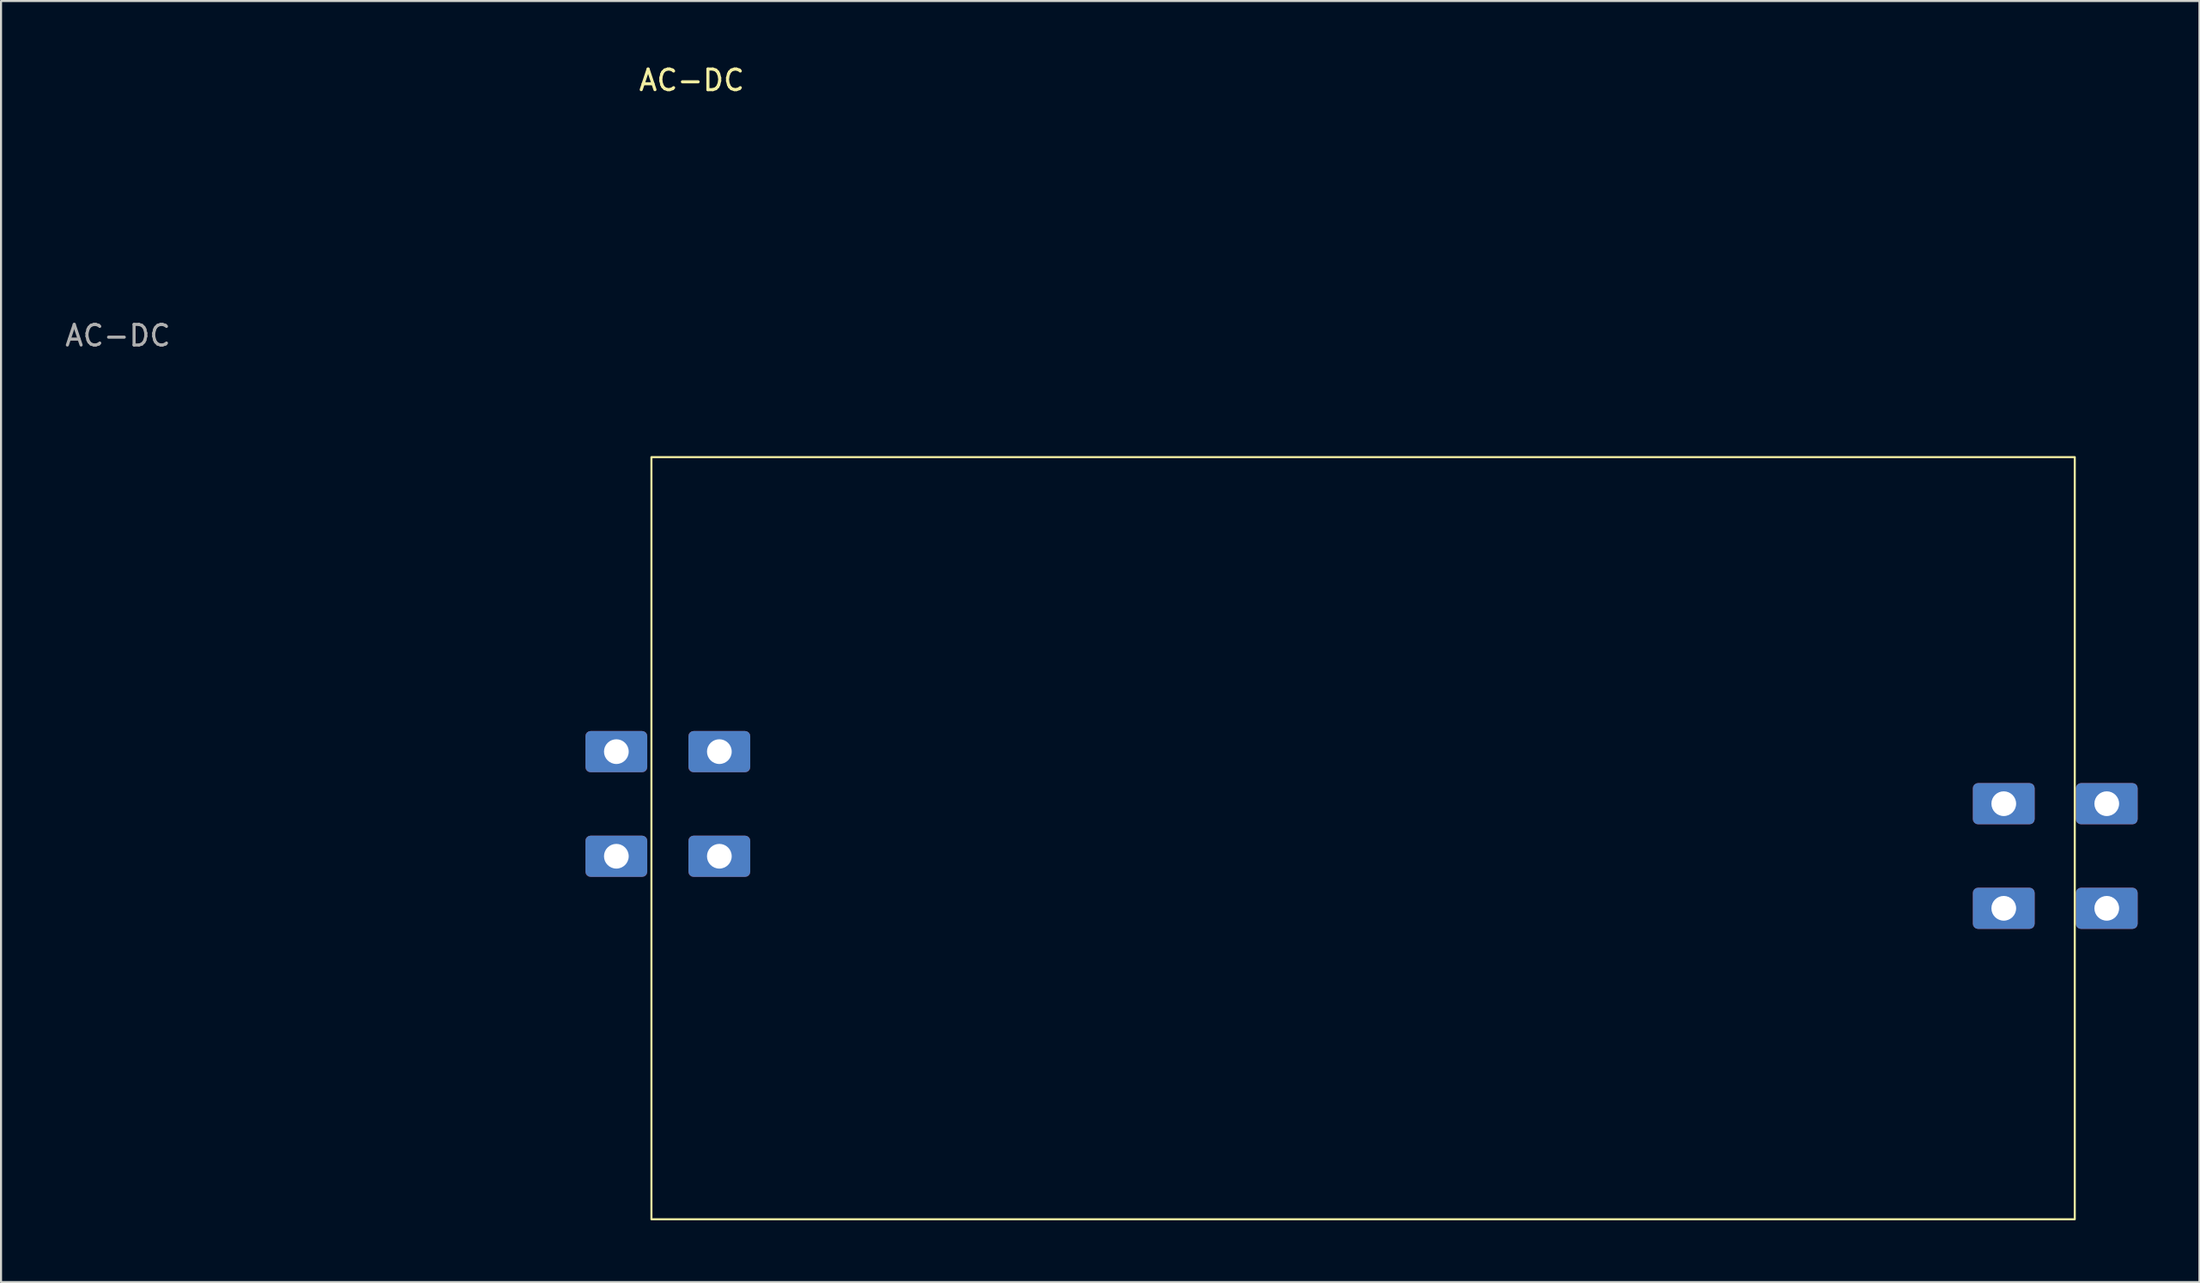
<source format=kicad_pcb>
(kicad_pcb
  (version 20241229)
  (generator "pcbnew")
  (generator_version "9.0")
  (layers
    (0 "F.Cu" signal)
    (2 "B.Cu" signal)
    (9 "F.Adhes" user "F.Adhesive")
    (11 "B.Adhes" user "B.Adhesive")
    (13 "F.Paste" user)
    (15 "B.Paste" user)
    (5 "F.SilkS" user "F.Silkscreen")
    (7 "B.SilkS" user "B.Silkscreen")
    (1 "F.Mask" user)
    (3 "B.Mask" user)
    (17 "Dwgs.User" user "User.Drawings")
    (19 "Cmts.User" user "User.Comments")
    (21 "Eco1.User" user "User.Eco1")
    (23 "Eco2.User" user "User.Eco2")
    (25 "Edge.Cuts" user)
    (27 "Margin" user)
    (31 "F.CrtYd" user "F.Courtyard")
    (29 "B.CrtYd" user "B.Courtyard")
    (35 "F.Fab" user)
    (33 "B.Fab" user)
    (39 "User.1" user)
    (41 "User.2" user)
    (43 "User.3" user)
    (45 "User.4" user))
  (footprint "AC-DC"
    (layer "F.Cu")
    (at 31.873 25.748)
    (property "Reference" "AC-DC" (at -1.34 -24.9 0) (layer "F.SilkS") (effects (font (size 1 1) (thickness 0.15))))
    (attr through_hole)
    (fp_poly (pts (xy -3.297 -6.6) (xy 65.804 -6.6) (xy 65.804 30.408) (xy -3.297 30.408)) (stroke (width 0.1) (type default)) (fill no) (layer "F.SilkS"))
    (fp_text user "${REFERENCE}" (at -29.2 -12.5 0) (layer "F.Fab") (effects (font (size 1 1) (thickness 0.15))))
    (pad "1" thru_hole roundrect (at -5 7.7 270) (size 2 3) (drill 1.2) (layers "*.Cu" "*.Mask") (roundrect_rratio 0.125))
    (pad "1" thru_hole roundrect (at 0 7.7 270) (size 2 3) (drill 1.2) (layers "*.Cu" "*.Mask") (roundrect_rratio 0.125))
    (pad "2" thru_hole roundrect (at -5 12.78 90) (size 2 3) (drill 1.2) (layers "*.Cu" "*.Mask") (roundrect_rratio 0.125))
    (pad "2" thru_hole roundrect (at 0 12.78 90) (size 2 3) (drill 1.2) (layers "*.Cu" "*.Mask") (roundrect_rratio 0.125))
    (pad "3" thru_hole roundrect (at 62.357 15.308 90) (size 2 3) (drill 1.2) (layers "*.Cu" "*.Mask") (roundrect_rratio 0.125))
    (pad "3" thru_hole roundrect (at 67.357 15.308 90) (size 2 3) (drill 1.2) (layers "*.Cu" "*.Mask") (roundrect_rratio 0.125))
    (pad "4" thru_hole roundrect (at 62.357 10.228 90) (size 2 3) (drill 1.2) (layers "*.Cu" "*.Mask") (roundrect_rratio 0.125))
    (pad "4" thru_hole roundrect (at 67.357 10.228 90) (size 2 3) (drill 1.2) (layers "*.Cu" "*.Mask") (roundrect_rratio 0.125)))
  (gr_rect
    (start -3 -3)
    (end 103.73 59.206)
    (stroke (width 0.1) (type default))
    (fill no)
    (layer "Edge.Cuts")))
</source>
